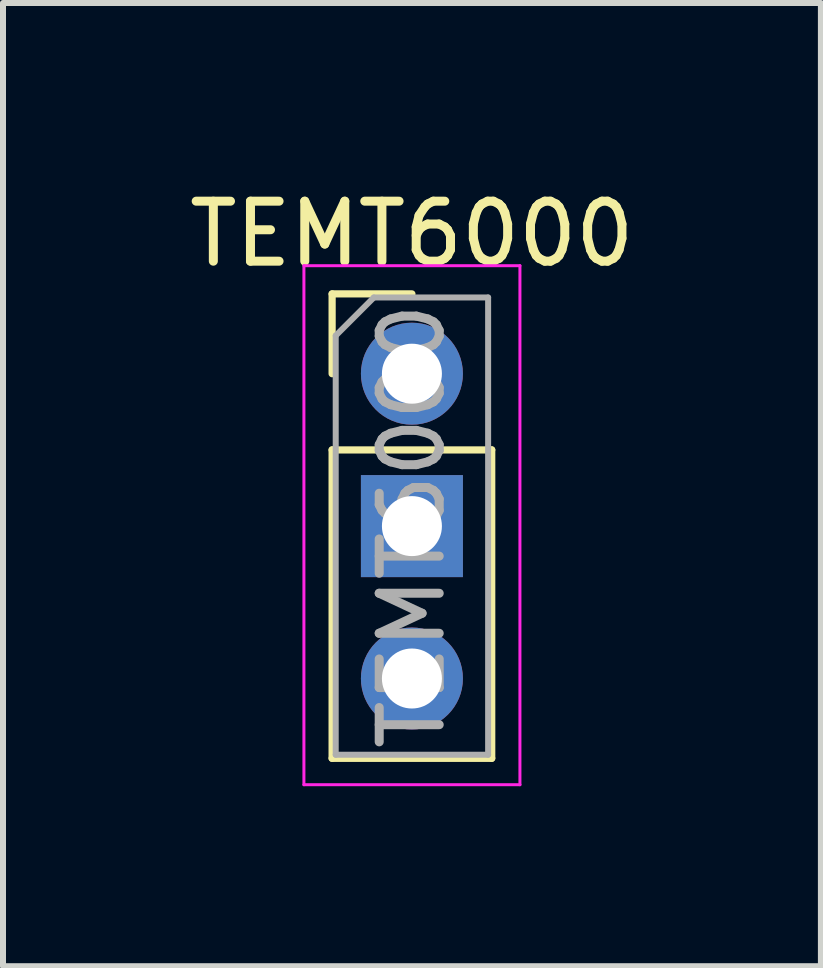
<source format=kicad_pcb>
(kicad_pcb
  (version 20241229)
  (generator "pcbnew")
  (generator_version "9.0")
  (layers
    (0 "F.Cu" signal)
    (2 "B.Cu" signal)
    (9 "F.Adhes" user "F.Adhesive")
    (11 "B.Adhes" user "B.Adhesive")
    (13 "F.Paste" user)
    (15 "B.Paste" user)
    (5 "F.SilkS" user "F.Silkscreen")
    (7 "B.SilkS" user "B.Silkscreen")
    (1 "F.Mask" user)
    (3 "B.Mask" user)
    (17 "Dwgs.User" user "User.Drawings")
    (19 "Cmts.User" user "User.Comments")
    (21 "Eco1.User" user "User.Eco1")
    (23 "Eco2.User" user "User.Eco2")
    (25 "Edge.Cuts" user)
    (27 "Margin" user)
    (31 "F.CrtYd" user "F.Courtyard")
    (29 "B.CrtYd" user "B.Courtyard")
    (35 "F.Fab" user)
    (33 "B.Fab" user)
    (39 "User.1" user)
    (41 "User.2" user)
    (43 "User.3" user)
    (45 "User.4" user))
  (footprint "TEMT6000"
    (layer "F.Cu")
    (at 3.815 3.178)
    (property "Reference" "TEMT6000" (at 0 -2.33 0) (layer "F.SilkS") (effects (font (size 1 1) (thickness 0.15))))
    (attr through_hole)
    (fp_line (start -1.33 -1.33) (end 0 -1.33) (stroke (width 0.12) (type solid)) (layer "F.SilkS"))
    (fp_line (start -1.33 0) (end -1.33 -1.33) (stroke (width 0.12) (type solid)) (layer "F.SilkS"))
    (fp_line (start -1.33 1.27) (end -1.33 6.41) (stroke (width 0.12) (type solid)) (layer "F.SilkS"))
    (fp_line (start -1.33 1.27) (end 1.33 1.27) (stroke (width 0.12) (type solid)) (layer "F.SilkS"))
    (fp_line (start -1.33 6.41) (end 1.33 6.41) (stroke (width 0.12) (type solid)) (layer "F.SilkS"))
    (fp_line (start 1.33 1.27) (end 1.33 6.41) (stroke (width 0.12) (type solid)) (layer "F.SilkS"))
    (fp_line (start -1.8 -1.8) (end -1.8 6.85) (stroke (width 0.05) (type solid)) (layer "F.CrtYd"))
    (fp_line (start -1.8 6.85) (end 1.8 6.85) (stroke (width 0.05) (type solid)) (layer "F.CrtYd"))
    (fp_line (start 1.8 -1.8) (end -1.8 -1.8) (stroke (width 0.05) (type solid)) (layer "F.CrtYd"))
    (fp_line (start 1.8 6.85) (end 1.8 -1.8) (stroke (width 0.05) (type solid)) (layer "F.CrtYd"))
    (fp_line (start -1.27 -0.635) (end -0.635 -1.27) (stroke (width 0.1) (type solid)) (layer "F.Fab"))
    (fp_line (start -1.27 6.35) (end -1.27 -0.635) (stroke (width 0.1) (type solid)) (layer "F.Fab"))
    (fp_line (start -0.635 -1.27) (end 1.27 -1.27) (stroke (width 0.1) (type solid)) (layer "F.Fab"))
    (fp_line (start 1.27 -1.27) (end 1.27 6.35) (stroke (width 0.1) (type solid)) (layer "F.Fab"))
    (fp_line (start 1.27 6.35) (end -1.27 6.35) (stroke (width 0.1) (type solid)) (layer "F.Fab"))
    (fp_text user "${REFERENCE}" (at 0 2.54 90) (layer "F.Fab") (effects (font (size 1 1) (thickness 0.15))))
    (pad "GND" thru_hole rect (at 0 2.54) (size 1.7 1.7) (drill 1) (layers "*.Cu" "*.Mask"))
    (pad "S" thru_hole oval (at 0 0) (size 1.7 1.7) (drill 1) (layers "*.Cu" "*.Mask"))
    (pad "V" thru_hole oval (at 0 5.08) (size 1.7 1.7) (drill 1) (layers "*.Cu" "*.Mask")))
  (gr_rect
    (start -3 -3)
    (end 10.631 13.053)
    (stroke (width 0.1) (type default))
    (fill no)
    (layer "Edge.Cuts")))
</source>
